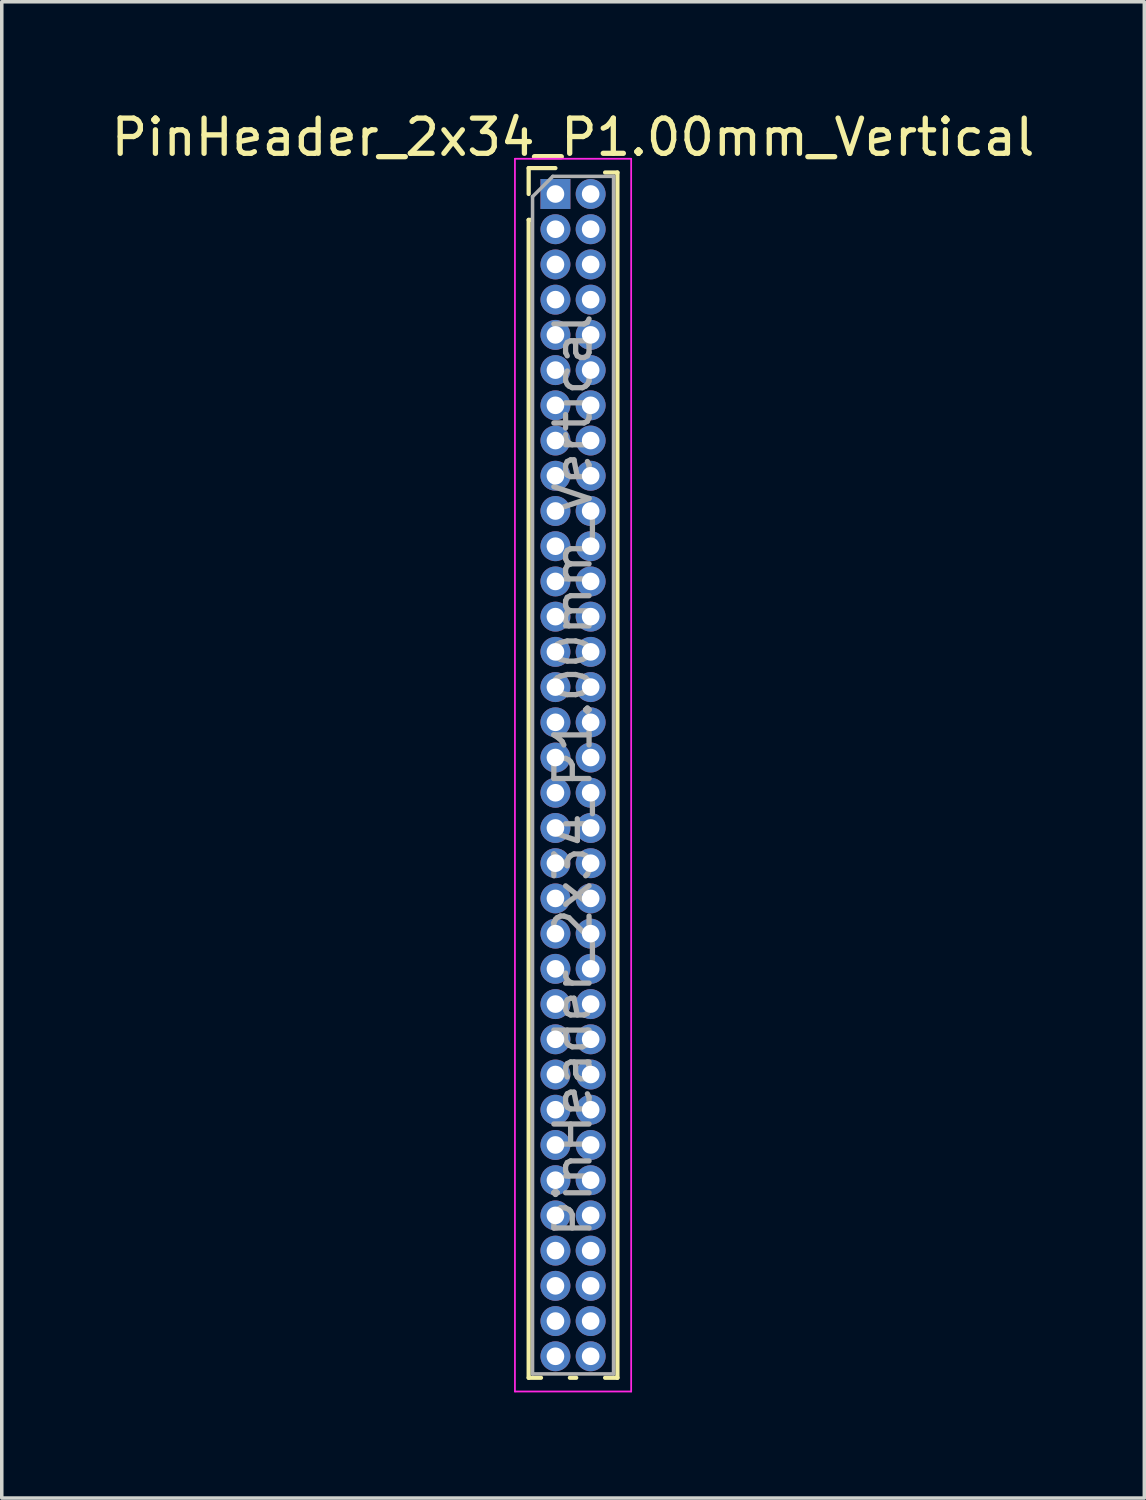
<source format=kicad_pcb>
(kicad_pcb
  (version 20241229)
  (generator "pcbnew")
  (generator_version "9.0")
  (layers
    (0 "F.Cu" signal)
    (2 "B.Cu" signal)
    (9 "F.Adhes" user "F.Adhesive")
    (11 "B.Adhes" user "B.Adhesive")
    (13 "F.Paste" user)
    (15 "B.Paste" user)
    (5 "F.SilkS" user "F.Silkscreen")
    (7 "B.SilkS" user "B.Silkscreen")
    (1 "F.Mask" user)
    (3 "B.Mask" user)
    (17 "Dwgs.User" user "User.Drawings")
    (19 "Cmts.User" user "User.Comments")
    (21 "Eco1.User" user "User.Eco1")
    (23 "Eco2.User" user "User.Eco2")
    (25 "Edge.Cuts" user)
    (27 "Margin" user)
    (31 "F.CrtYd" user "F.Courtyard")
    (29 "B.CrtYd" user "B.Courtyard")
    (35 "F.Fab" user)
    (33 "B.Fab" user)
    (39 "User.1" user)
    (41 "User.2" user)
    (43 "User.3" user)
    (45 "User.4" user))
  (footprint "PinHeader_2x34_P1.00mm_Vertical"
    (layer "F.Cu")
    (at 12.72 2.458)
    (property "Reference" "PinHeader_2x34_P1.00mm_Vertical" (at 0.5 -1.61 0) (layer "F.SilkS") (effects (font (size 1 1) (thickness 0.15))))
    (attr through_hole)
    (fp_line (start -0.76 -0.735) (end 0 -0.735) (stroke (width 0.12) (type solid)) (layer "F.SilkS"))
    (fp_line (start -0.76 0) (end -0.76 -0.735) (stroke (width 0.12) (type solid)) (layer "F.SilkS"))
    (fp_line (start -0.76 0.735) (end -0.76 33.61) (stroke (width 0.12) (type solid)) (layer "F.SilkS"))
    (fp_line (start -0.76 0.735) (end -0.686 0.735) (stroke (width 0.12) (type solid)) (layer "F.SilkS"))
    (fp_line (start -0.76 33.61) (end -0.41 33.61) (stroke (width 0.12) (type solid)) (layer "F.SilkS"))
    (fp_line (start 0.41 33.61) (end 0.59 33.61) (stroke (width 0.12) (type solid)) (layer "F.SilkS"))
    (fp_line (start 1.41 -0.61) (end 1.76 -0.61) (stroke (width 0.12) (type solid)) (layer "F.SilkS"))
    (fp_line (start 1.41 33.61) (end 1.76 33.61) (stroke (width 0.12) (type solid)) (layer "F.SilkS"))
    (fp_line (start 1.76 -0.61) (end 1.76 33.61) (stroke (width 0.12) (type solid)) (layer "F.SilkS"))
    (fp_line (start -1.15 -1) (end -1.15 34) (stroke (width 0.05) (type solid)) (layer "F.CrtYd"))
    (fp_line (start -1.15 34) (end 2.15 34) (stroke (width 0.05) (type solid)) (layer "F.CrtYd"))
    (fp_line (start 2.15 -1) (end -1.15 -1) (stroke (width 0.05) (type solid)) (layer "F.CrtYd"))
    (fp_line (start 2.15 34) (end 2.15 -1) (stroke (width 0.05) (type solid)) (layer "F.CrtYd"))
    (fp_line (start -0.65 0.075) (end -0.075 -0.5) (stroke (width 0.1) (type solid)) (layer "F.Fab"))
    (fp_line (start -0.65 33.5) (end -0.65 0.075) (stroke (width 0.1) (type solid)) (layer "F.Fab"))
    (fp_line (start -0.075 -0.5) (end 1.65 -0.5) (stroke (width 0.1) (type solid)) (layer "F.Fab"))
    (fp_line (start 1.65 -0.5) (end 1.65 33.5) (stroke (width 0.1) (type solid)) (layer "F.Fab"))
    (fp_line (start 1.65 33.5) (end -0.65 33.5) (stroke (width 0.1) (type solid)) (layer "F.Fab"))
    (fp_text user "${REFERENCE}" (at 0.5 16.5 90) (layer "F.Fab") (effects (font (size 1 1) (thickness 0.15))))
    (pad "1" thru_hole rect (at 0 0) (size 0.85 0.85) (drill 0.5) (layers "*.Cu" "*.Mask"))
    (pad "2" thru_hole circle (at 1 0) (size 0.85 0.85) (drill 0.5) (layers "*.Cu" "*.Mask"))
    (pad "3" thru_hole circle (at 0 1) (size 0.85 0.85) (drill 0.5) (layers "*.Cu" "*.Mask"))
    (pad "4" thru_hole circle (at 1 1) (size 0.85 0.85) (drill 0.5) (layers "*.Cu" "*.Mask"))
    (pad "5" thru_hole circle (at 0 2) (size 0.85 0.85) (drill 0.5) (layers "*.Cu" "*.Mask"))
    (pad "6" thru_hole circle (at 1 2) (size 0.85 0.85) (drill 0.5) (layers "*.Cu" "*.Mask"))
    (pad "7" thru_hole circle (at 0 3) (size 0.85 0.85) (drill 0.5) (layers "*.Cu" "*.Mask"))
    (pad "8" thru_hole circle (at 1 3) (size 0.85 0.85) (drill 0.5) (layers "*.Cu" "*.Mask"))
    (pad "9" thru_hole circle (at 0 4) (size 0.85 0.85) (drill 0.5) (layers "*.Cu" "*.Mask"))
    (pad "10" thru_hole circle (at 1 4) (size 0.85 0.85) (drill 0.5) (layers "*.Cu" "*.Mask"))
    (pad "11" thru_hole circle (at 0 5) (size 0.85 0.85) (drill 0.5) (layers "*.Cu" "*.Mask"))
    (pad "12" thru_hole circle (at 1 5) (size 0.85 0.85) (drill 0.5) (layers "*.Cu" "*.Mask"))
    (pad "13" thru_hole circle (at 0 6) (size 0.85 0.85) (drill 0.5) (layers "*.Cu" "*.Mask"))
    (pad "14" thru_hole circle (at 1 6) (size 0.85 0.85) (drill 0.5) (layers "*.Cu" "*.Mask"))
    (pad "15" thru_hole circle (at 0 7) (size 0.85 0.85) (drill 0.5) (layers "*.Cu" "*.Mask"))
    (pad "16" thru_hole circle (at 1 7) (size 0.85 0.85) (drill 0.5) (layers "*.Cu" "*.Mask"))
    (pad "17" thru_hole circle (at 0 8) (size 0.85 0.85) (drill 0.5) (layers "*.Cu" "*.Mask"))
    (pad "18" thru_hole circle (at 1 8) (size 0.85 0.85) (drill 0.5) (layers "*.Cu" "*.Mask"))
    (pad "19" thru_hole circle (at 0 9) (size 0.85 0.85) (drill 0.5) (layers "*.Cu" "*.Mask"))
    (pad "20" thru_hole circle (at 1 9) (size 0.85 0.85) (drill 0.5) (layers "*.Cu" "*.Mask"))
    (pad "21" thru_hole circle (at 0 10) (size 0.85 0.85) (drill 0.5) (layers "*.Cu" "*.Mask"))
    (pad "22" thru_hole circle (at 1 10) (size 0.85 0.85) (drill 0.5) (layers "*.Cu" "*.Mask"))
    (pad "23" thru_hole circle (at 0 11) (size 0.85 0.85) (drill 0.5) (layers "*.Cu" "*.Mask"))
    (pad "24" thru_hole circle (at 1 11) (size 0.85 0.85) (drill 0.5) (layers "*.Cu" "*.Mask"))
    (pad "25" thru_hole circle (at 0 12) (size 0.85 0.85) (drill 0.5) (layers "*.Cu" "*.Mask"))
    (pad "26" thru_hole circle (at 1 12) (size 0.85 0.85) (drill 0.5) (layers "*.Cu" "*.Mask"))
    (pad "27" thru_hole circle (at 0 13) (size 0.85 0.85) (drill 0.5) (layers "*.Cu" "*.Mask"))
    (pad "28" thru_hole circle (at 1 13) (size 0.85 0.85) (drill 0.5) (layers "*.Cu" "*.Mask"))
    (pad "29" thru_hole circle (at 0 14) (size 0.85 0.85) (drill 0.5) (layers "*.Cu" "*.Mask"))
    (pad "30" thru_hole circle (at 1 14) (size 0.85 0.85) (drill 0.5) (layers "*.Cu" "*.Mask"))
    (pad "31" thru_hole circle (at 0 15) (size 0.85 0.85) (drill 0.5) (layers "*.Cu" "*.Mask"))
    (pad "32" thru_hole circle (at 1 15) (size 0.85 0.85) (drill 0.5) (layers "*.Cu" "*.Mask"))
    (pad "33" thru_hole circle (at 0 16) (size 0.85 0.85) (drill 0.5) (layers "*.Cu" "*.Mask"))
    (pad "34" thru_hole circle (at 1 16) (size 0.85 0.85) (drill 0.5) (layers "*.Cu" "*.Mask"))
    (pad "35" thru_hole circle (at 0 17) (size 0.85 0.85) (drill 0.5) (layers "*.Cu" "*.Mask"))
    (pad "36" thru_hole circle (at 1 17) (size 0.85 0.85) (drill 0.5) (layers "*.Cu" "*.Mask"))
    (pad "37" thru_hole circle (at 0 18) (size 0.85 0.85) (drill 0.5) (layers "*.Cu" "*.Mask"))
    (pad "38" thru_hole circle (at 1 18) (size 0.85 0.85) (drill 0.5) (layers "*.Cu" "*.Mask"))
    (pad "39" thru_hole circle (at 0 19) (size 0.85 0.85) (drill 0.5) (layers "*.Cu" "*.Mask"))
    (pad "40" thru_hole circle (at 1 19) (size 0.85 0.85) (drill 0.5) (layers "*.Cu" "*.Mask"))
    (pad "41" thru_hole circle (at 0 20) (size 0.85 0.85) (drill 0.5) (layers "*.Cu" "*.Mask"))
    (pad "42" thru_hole circle (at 1 20) (size 0.85 0.85) (drill 0.5) (layers "*.Cu" "*.Mask"))
    (pad "43" thru_hole circle (at 0 21) (size 0.85 0.85) (drill 0.5) (layers "*.Cu" "*.Mask"))
    (pad "44" thru_hole circle (at 1 21) (size 0.85 0.85) (drill 0.5) (layers "*.Cu" "*.Mask"))
    (pad "45" thru_hole circle (at 0 22) (size 0.85 0.85) (drill 0.5) (layers "*.Cu" "*.Mask"))
    (pad "46" thru_hole circle (at 1 22) (size 0.85 0.85) (drill 0.5) (layers "*.Cu" "*.Mask"))
    (pad "47" thru_hole circle (at 0 23) (size 0.85 0.85) (drill 0.5) (layers "*.Cu" "*.Mask"))
    (pad "48" thru_hole circle (at 1 23) (size 0.85 0.85) (drill 0.5) (layers "*.Cu" "*.Mask"))
    (pad "49" thru_hole circle (at 0 24) (size 0.85 0.85) (drill 0.5) (layers "*.Cu" "*.Mask"))
    (pad "50" thru_hole circle (at 1 24) (size 0.85 0.85) (drill 0.5) (layers "*.Cu" "*.Mask"))
    (pad "51" thru_hole circle (at 0 25) (size 0.85 0.85) (drill 0.5) (layers "*.Cu" "*.Mask"))
    (pad "52" thru_hole circle (at 1 25) (size 0.85 0.85) (drill 0.5) (layers "*.Cu" "*.Mask"))
    (pad "53" thru_hole circle (at 0 26) (size 0.85 0.85) (drill 0.5) (layers "*.Cu" "*.Mask"))
    (pad "54" thru_hole circle (at 1 26) (size 0.85 0.85) (drill 0.5) (layers "*.Cu" "*.Mask"))
    (pad "55" thru_hole circle (at 0 27) (size 0.85 0.85) (drill 0.5) (layers "*.Cu" "*.Mask"))
    (pad "56" thru_hole circle (at 1 27) (size 0.85 0.85) (drill 0.5) (layers "*.Cu" "*.Mask"))
    (pad "57" thru_hole circle (at 0 28) (size 0.85 0.85) (drill 0.5) (layers "*.Cu" "*.Mask"))
    (pad "58" thru_hole circle (at 1 28) (size 0.85 0.85) (drill 0.5) (layers "*.Cu" "*.Mask"))
    (pad "59" thru_hole circle (at 0 29) (size 0.85 0.85) (drill 0.5) (layers "*.Cu" "*.Mask"))
    (pad "60" thru_hole circle (at 1 29) (size 0.85 0.85) (drill 0.5) (layers "*.Cu" "*.Mask"))
    (pad "61" thru_hole circle (at 0 30) (size 0.85 0.85) (drill 0.5) (layers "*.Cu" "*.Mask"))
    (pad "62" thru_hole circle (at 1 30) (size 0.85 0.85) (drill 0.5) (layers "*.Cu" "*.Mask"))
    (pad "63" thru_hole circle (at 0 31) (size 0.85 0.85) (drill 0.5) (layers "*.Cu" "*.Mask"))
    (pad "64" thru_hole circle (at 1 31) (size 0.85 0.85) (drill 0.5) (layers "*.Cu" "*.Mask"))
    (pad "65" thru_hole circle (at 0 32) (size 0.85 0.85) (drill 0.5) (layers "*.Cu" "*.Mask"))
    (pad "66" thru_hole circle (at 1 32) (size 0.85 0.85) (drill 0.5) (layers "*.Cu" "*.Mask"))
    (pad "67" thru_hole circle (at 0 33) (size 0.85 0.85) (drill 0.5) (layers "*.Cu" "*.Mask"))
    (pad "68" thru_hole circle (at 1 33) (size 0.85 0.85) (drill 0.5) (layers "*.Cu" "*.Mask")))
  (gr_rect
    (start -3 -3)
    (end 29.44 39.483)
    (stroke (width 0.1) (type default))
    (fill no)
    (layer "Edge.Cuts")))
</source>
